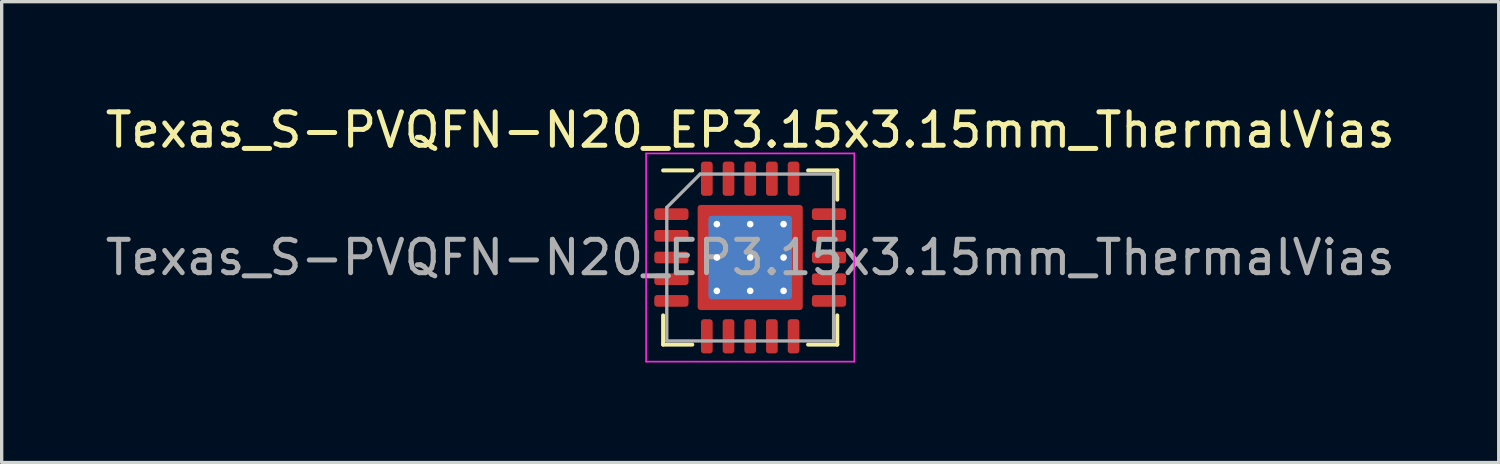
<source format=kicad_pcb>
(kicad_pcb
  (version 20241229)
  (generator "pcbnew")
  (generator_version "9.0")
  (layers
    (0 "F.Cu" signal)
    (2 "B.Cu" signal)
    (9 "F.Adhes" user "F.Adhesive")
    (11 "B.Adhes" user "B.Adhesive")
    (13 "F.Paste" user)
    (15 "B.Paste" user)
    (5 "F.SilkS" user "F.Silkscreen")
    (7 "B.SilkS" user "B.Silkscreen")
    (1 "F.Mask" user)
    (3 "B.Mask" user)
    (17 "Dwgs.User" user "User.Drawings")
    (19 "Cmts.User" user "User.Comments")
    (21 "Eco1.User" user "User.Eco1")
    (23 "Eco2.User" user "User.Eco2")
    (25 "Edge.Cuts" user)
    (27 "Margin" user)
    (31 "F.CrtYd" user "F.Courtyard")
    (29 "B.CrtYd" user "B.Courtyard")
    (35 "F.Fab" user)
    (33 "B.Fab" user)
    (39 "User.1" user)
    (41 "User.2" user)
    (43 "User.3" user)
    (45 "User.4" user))
  (footprint "Texas_S-PVQFN-N20_EP3.15x3.15mm_ThermalVias"
    (layer "F.Cu")
    (at 19.435 4.668)
    (property "Reference" "Texas_S-PVQFN-N20_EP3.15x3.15mm_ThermalVias" (at 0 -3.82 0) (layer "F.SilkS") (effects (font (size 1 1) (thickness 0.15))))
    (attr smd)
    (fp_line (start -2.61 2.61) (end -2.61 1.735) (stroke (width 0.12) (type solid)) (layer "F.SilkS"))
    (fp_line (start -1.735 -2.61) (end -2.61 -2.61) (stroke (width 0.12) (type solid)) (layer "F.SilkS"))
    (fp_line (start -1.735 2.61) (end -2.61 2.61) (stroke (width 0.12) (type solid)) (layer "F.SilkS"))
    (fp_line (start 1.735 -2.61) (end 2.61 -2.61) (stroke (width 0.12) (type solid)) (layer "F.SilkS"))
    (fp_line (start 1.735 2.61) (end 2.61 2.61) (stroke (width 0.12) (type solid)) (layer "F.SilkS"))
    (fp_line (start 2.61 -2.61) (end 2.61 -1.735) (stroke (width 0.12) (type solid)) (layer "F.SilkS"))
    (fp_line (start 2.61 2.61) (end 2.61 1.735) (stroke (width 0.12) (type solid)) (layer "F.SilkS"))
    (fp_line (start -3.12 -3.12) (end -3.12 3.12) (stroke (width 0.05) (type solid)) (layer "F.CrtYd"))
    (fp_line (start -3.12 3.12) (end 3.12 3.12) (stroke (width 0.05) (type solid)) (layer "F.CrtYd"))
    (fp_line (start 3.12 -3.12) (end -3.12 -3.12) (stroke (width 0.05) (type solid)) (layer "F.CrtYd"))
    (fp_line (start 3.12 3.12) (end 3.12 -3.12) (stroke (width 0.05) (type solid)) (layer "F.CrtYd"))
    (fp_line (start -2.5 -1.5) (end -1.5 -2.5) (stroke (width 0.1) (type solid)) (layer "F.Fab"))
    (fp_line (start -2.5 2.5) (end -2.5 -1.5) (stroke (width 0.1) (type solid)) (layer "F.Fab"))
    (fp_line (start -1.5 -2.5) (end 2.5 -2.5) (stroke (width 0.1) (type solid)) (layer "F.Fab"))
    (fp_line (start 2.5 -2.5) (end 2.5 2.5) (stroke (width 0.1) (type solid)) (layer "F.Fab"))
    (fp_line (start 2.5 2.5) (end -2.5 2.5) (stroke (width 0.1) (type solid)) (layer "F.Fab"))
    (fp_text user "${REFERENCE}" (at 0 0 0) (layer "F.Fab") (effects (font (size 1 1) (thickness 0.15))))
    (pad "" smd custom (at -1.288 -1.288) (size 0.342 0.342) (layers "F.Paste") (options (anchor circle)) (primitives (gr_poly (pts (xy -0.232 -0.232) (xy 0.232 -0.232) (xy 0.232 0.06) (xy 0.06 0.232) (xy -0.232 0.232)) (width 0) (fill yes))))
    (pad "" smd custom (at -1.288 -0.5) (size 0.371 0.371) (layers "F.Paste") (options (anchor circle)) (primitives (gr_poly (pts (xy -0.232 -0.403) (xy 0.102 -0.403) (xy 0.232 -0.273) (xy 0.232 0.273) (xy 0.102 0.403) (xy -0.232 0.403)) (width 0) (fill yes))))
    (pad "" smd custom (at -1.288 0.5) (size 0.371 0.371) (layers "F.Paste") (options (anchor circle)) (primitives (gr_poly (pts (xy -0.232 -0.403) (xy 0.102 -0.403) (xy 0.232 -0.273) (xy 0.232 0.273) (xy 0.102 0.403) (xy -0.232 0.403)) (width 0) (fill yes))))
    (pad "" smd custom (at -1.288 1.288) (size 0.342 0.342) (layers "F.Paste") (options (anchor circle)) (primitives (gr_poly (pts (xy -0.232 -0.232) (xy 0.06 -0.232) (xy 0.232 -0.06) (xy 0.232 0.232) (xy -0.232 0.232)) (width 0) (fill yes))))
    (pad "" smd custom (at -0.5 -1.288) (size 0.371 0.371) (layers "F.Paste") (options (anchor circle)) (primitives (gr_poly (pts (xy -0.403 -0.232) (xy 0.403 -0.232) (xy 0.403 0.102) (xy 0.273 0.232) (xy -0.273 0.232) (xy -0.403 0.102)) (width 0) (fill yes))))
    (pad "" smd custom (at -0.5 -0.5) (size 0.743 0.743) (layers "F.Paste") (options (anchor circle)) (primitives (gr_poly (pts (xy -0.403 -0.314) (xy -0.314 -0.403) (xy 0.314 -0.403) (xy 0.403 -0.314) (xy 0.403 0.314) (xy 0.314 0.403) (xy -0.314 0.403) (xy -0.403 0.314)) (width 0) (fill yes))))
    (pad "" smd custom (at -0.5 0.5) (size 0.743 0.743) (layers "F.Paste") (options (anchor circle)) (primitives (gr_poly (pts (xy -0.403 -0.314) (xy -0.314 -0.403) (xy 0.314 -0.403) (xy 0.403 -0.314) (xy 0.403 0.314) (xy 0.314 0.403) (xy -0.314 0.403) (xy -0.403 0.314)) (width 0) (fill yes))))
    (pad "" smd custom (at -0.5 1.288) (size 0.371 0.371) (layers "F.Paste") (options (anchor circle)) (primitives (gr_poly (pts (xy -0.403 -0.102) (xy -0.273 -0.232) (xy 0.273 -0.232) (xy 0.403 -0.102) (xy 0.403 0.232) (xy -0.403 0.232)) (width 0) (fill yes))))
    (pad "" smd custom (at 0.5 -1.288) (size 0.371 0.371) (layers "F.Paste") (options (anchor circle)) (primitives (gr_poly (pts (xy -0.403 -0.232) (xy 0.403 -0.232) (xy 0.403 0.102) (xy 0.273 0.232) (xy -0.273 0.232) (xy -0.403 0.102)) (width 0) (fill yes))))
    (pad "" smd custom (at 0.5 -0.5) (size 0.743 0.743) (layers "F.Paste") (options (anchor circle)) (primitives (gr_poly (pts (xy -0.403 -0.314) (xy -0.314 -0.403) (xy 0.314 -0.403) (xy 0.403 -0.314) (xy 0.403 0.314) (xy 0.314 0.403) (xy -0.314 0.403) (xy -0.403 0.314)) (width 0) (fill yes))))
    (pad "" smd custom (at 0.5 0.5) (size 0.743 0.743) (layers "F.Paste") (options (anchor circle)) (primitives (gr_poly (pts (xy -0.403 -0.314) (xy -0.314 -0.403) (xy 0.314 -0.403) (xy 0.403 -0.314) (xy 0.403 0.314) (xy 0.314 0.403) (xy -0.314 0.403) (xy -0.403 0.314)) (width 0) (fill yes))))
    (pad "" smd custom (at 0.5 1.288) (size 0.371 0.371) (layers "F.Paste") (options (anchor circle)) (primitives (gr_poly (pts (xy -0.403 -0.102) (xy -0.273 -0.232) (xy 0.273 -0.232) (xy 0.403 -0.102) (xy 0.403 0.232) (xy -0.403 0.232)) (width 0) (fill yes))))
    (pad "" smd custom (at 1.288 -1.288) (size 0.342 0.342) (layers "F.Paste") (options (anchor circle)) (primitives (gr_poly (pts (xy -0.232 -0.232) (xy 0.232 -0.232) (xy 0.232 0.232) (xy -0.06 0.232) (xy -0.232 0.06)) (width 0) (fill yes))))
    (pad "" smd custom (at 1.288 -0.5) (size 0.371 0.371) (layers "F.Paste") (options (anchor circle)) (primitives (gr_poly (pts (xy -0.232 -0.273) (xy -0.102 -0.403) (xy 0.232 -0.403) (xy 0.232 0.403) (xy -0.102 0.403) (xy -0.232 0.273)) (width 0) (fill yes))))
    (pad "" smd custom (at 1.288 0.5) (size 0.371 0.371) (layers "F.Paste") (options (anchor circle)) (primitives (gr_poly (pts (xy -0.232 -0.273) (xy -0.102 -0.403) (xy 0.232 -0.403) (xy 0.232 0.403) (xy -0.102 0.403) (xy -0.232 0.273)) (width 0) (fill yes))))
    (pad "" smd custom (at 1.288 1.288) (size 0.342 0.342) (layers "F.Paste") (options (anchor circle)) (primitives (gr_poly (pts (xy -0.232 -0.06) (xy -0.06 -0.232) (xy 0.232 -0.232) (xy 0.232 0.232) (xy -0.232 0.232)) (width 0) (fill yes))))
    (pad "1" smd roundrect (at -2.362 -1.3) (size 1.025 0.35) (layers "F.Cu" "F.Mask" "F.Paste") (roundrect_rratio 0.25))
    (pad "2" smd roundrect (at -2.362 -0.65) (size 1.025 0.35) (layers "F.Cu" "F.Mask" "F.Paste") (roundrect_rratio 0.25))
    (pad "3" smd roundrect (at -2.362 0) (size 1.025 0.35) (layers "F.Cu" "F.Mask" "F.Paste") (roundrect_rratio 0.25))
    (pad "4" smd roundrect (at -2.362 0.65) (size 1.025 0.35) (layers "F.Cu" "F.Mask" "F.Paste") (roundrect_rratio 0.25))
    (pad "5" smd roundrect (at -2.362 1.3) (size 1.025 0.35) (layers "F.Cu" "F.Mask" "F.Paste") (roundrect_rratio 0.25))
    (pad "6" smd roundrect (at -1.3 2.362) (size 0.35 1.025) (layers "F.Cu" "F.Mask" "F.Paste") (roundrect_rratio 0.25))
    (pad "7" smd roundrect (at -0.65 2.362) (size 0.35 1.025) (layers "F.Cu" "F.Mask" "F.Paste") (roundrect_rratio 0.25))
    (pad "8" smd roundrect (at 0 2.362) (size 0.35 1.025) (layers "F.Cu" "F.Mask" "F.Paste") (roundrect_rratio 0.25))
    (pad "9" smd roundrect (at 0.65 2.362) (size 0.35 1.025) (layers "F.Cu" "F.Mask" "F.Paste") (roundrect_rratio 0.25))
    (pad "10" smd roundrect (at 1.3 2.362) (size 0.35 1.025) (layers "F.Cu" "F.Mask" "F.Paste") (roundrect_rratio 0.25))
    (pad "11" smd roundrect (at 2.362 1.3) (size 1.025 0.35) (layers "F.Cu" "F.Mask" "F.Paste") (roundrect_rratio 0.25))
    (pad "12" smd roundrect (at 2.362 0.65) (size 1.025 0.35) (layers "F.Cu" "F.Mask" "F.Paste") (roundrect_rratio 0.25))
    (pad "13" smd roundrect (at 2.362 0) (size 1.025 0.35) (layers "F.Cu" "F.Mask" "F.Paste") (roundrect_rratio 0.25))
    (pad "14" smd roundrect (at 2.362 -0.65) (size 1.025 0.35) (layers "F.Cu" "F.Mask" "F.Paste") (roundrect_rratio 0.25))
    (pad "15" smd roundrect (at 2.362 -1.3) (size 1.025 0.35) (layers "F.Cu" "F.Mask" "F.Paste") (roundrect_rratio 0.25))
    (pad "16" smd roundrect (at 1.3 -2.362) (size 0.35 1.025) (layers "F.Cu" "F.Mask" "F.Paste") (roundrect_rratio 0.25))
    (pad "17" smd roundrect (at 0.65 -2.362) (size 0.35 1.025) (layers "F.Cu" "F.Mask" "F.Paste") (roundrect_rratio 0.25))
    (pad "18" smd roundrect (at 0 -2.362) (size 0.35 1.025) (layers "F.Cu" "F.Mask" "F.Paste") (roundrect_rratio 0.25))
    (pad "19" smd roundrect (at -0.65 -2.362) (size 0.35 1.025) (layers "F.Cu" "F.Mask" "F.Paste") (roundrect_rratio 0.25))
    (pad "20" smd roundrect (at -1.3 -2.362) (size 0.35 1.025) (layers "F.Cu" "F.Mask" "F.Paste") (roundrect_rratio 0.25))
    (pad "21" thru_hole circle (at -1 -1) (size 0.5 0.5) (drill 0.2) (layers "*.Cu"))
    (pad "21" thru_hole circle (at -1 0) (size 0.5 0.5) (drill 0.2) (layers "*.Cu"))
    (pad "21" thru_hole circle (at -1 1) (size 0.5 0.5) (drill 0.2) (layers "*.Cu"))
    (pad "21" thru_hole circle (at 0 -1) (size 0.5 0.5) (drill 0.2) (layers "*.Cu"))
    (pad "21" thru_hole circle (at 0 0) (size 0.5 0.5) (drill 0.2) (layers "*.Cu"))
    (pad "21" smd roundrect (at 0 0) (size 2.5 2.5) (layers "B.Cu") (roundrect_rratio 0.035))
    (pad "21" smd roundrect (at 0 0) (size 3.15 3.15) (layers "F.Cu" "F.Mask") (roundrect_rratio 0.028))
    (pad "21" thru_hole circle (at 0 1) (size 0.5 0.5) (drill 0.2) (layers "*.Cu"))
    (pad "21" thru_hole circle (at 1 -1) (size 0.5 0.5) (drill 0.2) (layers "*.Cu"))
    (pad "21" thru_hole circle (at 1 0) (size 0.5 0.5) (drill 0.2) (layers "*.Cu"))
    (pad "21" thru_hole circle (at 1 1) (size 0.5 0.5) (drill 0.2) (layers "*.Cu")))
  (gr_rect
    (start -3 -3)
    (end 41.869 10.813)
    (stroke (width 0.1) (type default))
    (fill no)
    (layer "Edge.Cuts")))
</source>
